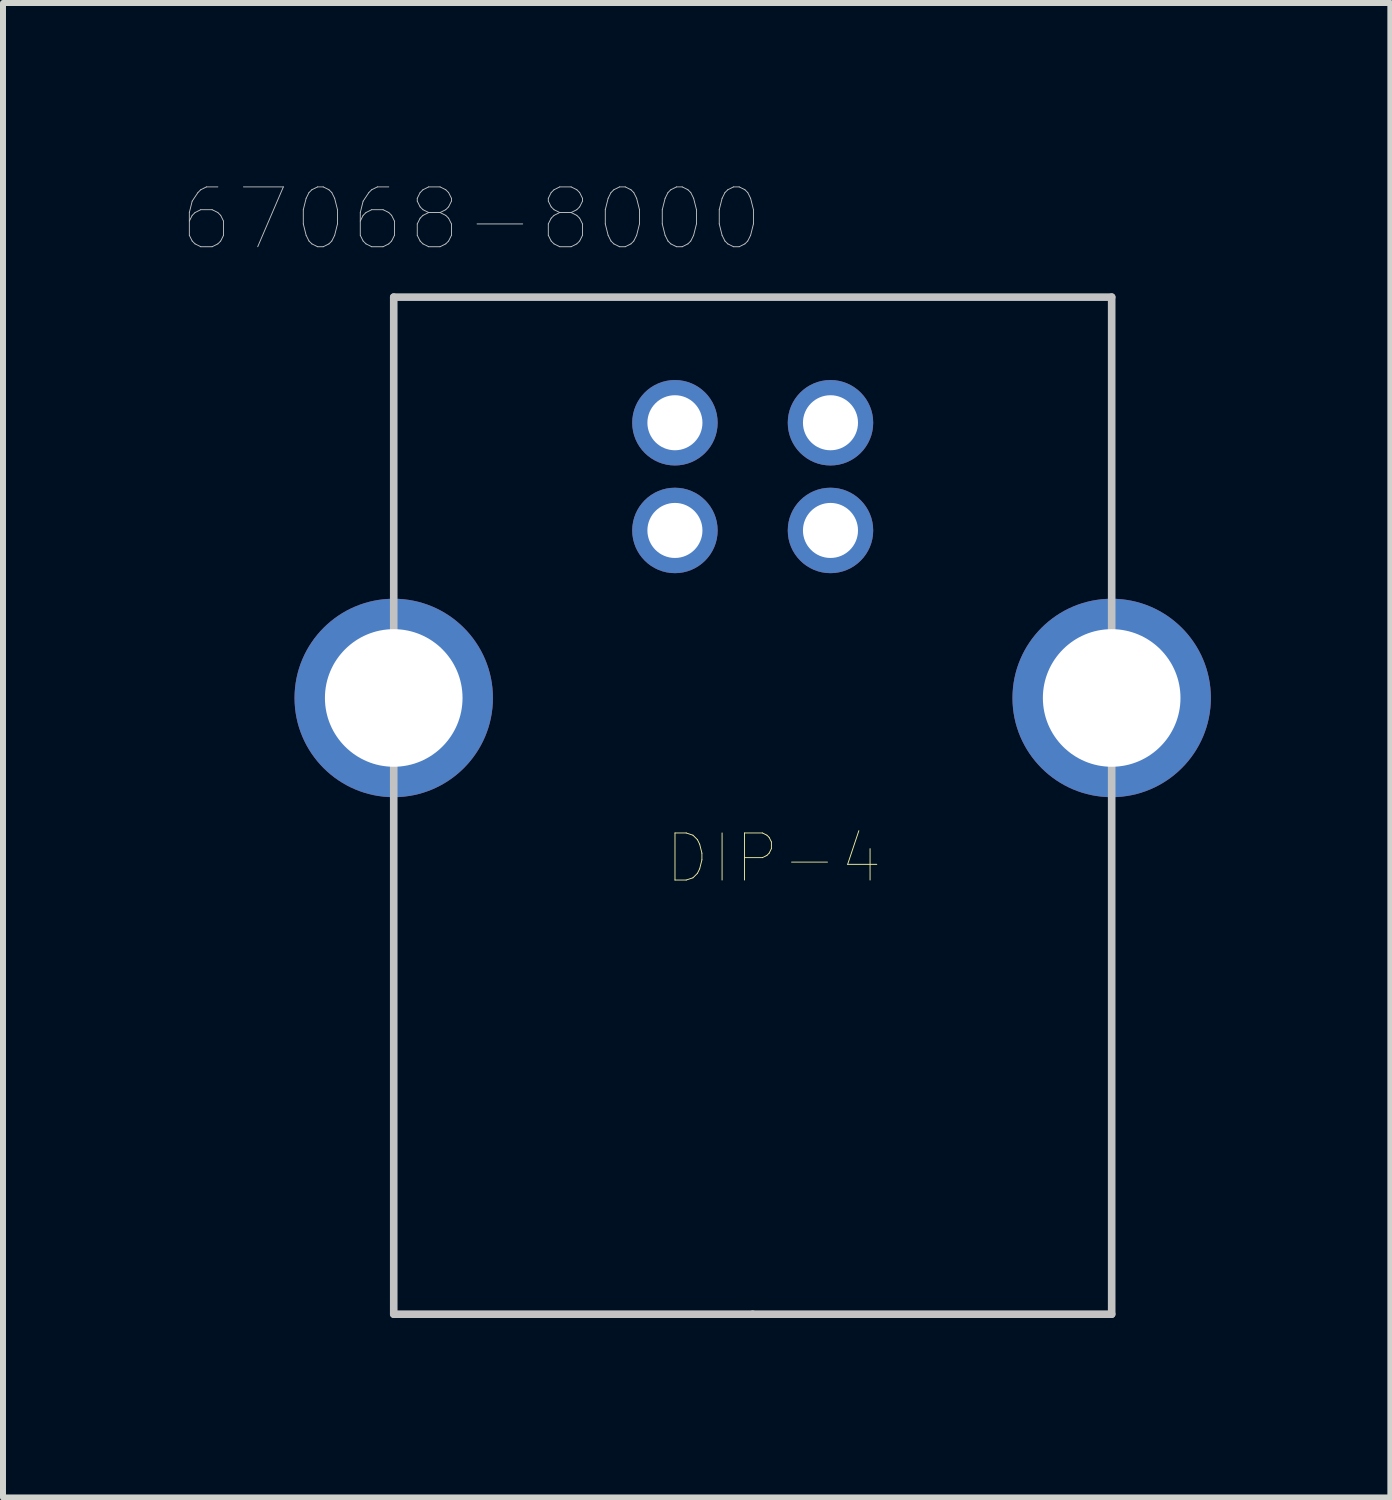
<source format=kicad_pcb>
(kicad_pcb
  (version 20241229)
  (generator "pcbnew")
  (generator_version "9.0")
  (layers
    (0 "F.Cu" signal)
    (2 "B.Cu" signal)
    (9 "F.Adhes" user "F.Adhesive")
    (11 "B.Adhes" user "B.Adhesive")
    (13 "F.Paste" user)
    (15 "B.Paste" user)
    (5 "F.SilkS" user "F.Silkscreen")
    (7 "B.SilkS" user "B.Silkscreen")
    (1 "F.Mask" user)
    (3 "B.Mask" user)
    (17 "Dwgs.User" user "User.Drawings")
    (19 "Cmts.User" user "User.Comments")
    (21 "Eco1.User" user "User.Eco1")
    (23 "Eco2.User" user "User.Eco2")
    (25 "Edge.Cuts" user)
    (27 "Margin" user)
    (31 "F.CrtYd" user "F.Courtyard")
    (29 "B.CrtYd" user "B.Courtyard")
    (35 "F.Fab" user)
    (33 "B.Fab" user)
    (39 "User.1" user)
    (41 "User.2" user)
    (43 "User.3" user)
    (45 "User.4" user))
  (footprint "DIP-4"
    (layer "F.Cu")
    (at 9.881 11.296)
    (property "Reference" "DIP-4" (at 0 0 0) (layer "F.SilkS") (effects (font (size 0.787 0.787) (thickness 0.015))))
    (attr through_hole)
    (fp_line (start -6.35 -9.38) (end -6.35 -2.68) (stroke (width 0.127) (type solid)) (layer "Dwgs.User"))
    (fp_line (start -6.35 -2.68) (end -6.35 7.62) (stroke (width 0.127) (type solid)) (layer "Dwgs.User"))
    (fp_line (start -6.35 7.62) (end -0.35 7.62) (stroke (width 0.127) (type solid)) (layer "Dwgs.User"))
    (fp_line (start -0.35 7.62) (end 5.65 7.62) (stroke (width 0.127) (type solid)) (layer "Dwgs.User"))
    (fp_line (start 5.65 -9.38) (end -6.35 -9.38) (stroke (width 0.127) (type solid)) (layer "Dwgs.User"))
    (fp_line (start 5.65 7.62) (end 5.65 -9.38) (stroke (width 0.127) (type solid)) (layer "Dwgs.User"))
    (fp_text user "67068-8000" (at -5.052 -10.684 0) (layer "Dwgs.User") (effects (font (size 1 1) (thickness 0.015))))
    (pad "1" thru_hole circle (at -1.65 -5.48) (size 1.428 1.428) (drill 0.92) (layers "*.Cu" "*.Mask"))
    (pad "2" thru_hole circle (at 0.95 -5.48) (size 1.428 1.428) (drill 0.92) (layers "*.Cu" "*.Mask"))
    (pad "3" thru_hole circle (at -1.65 -7.28) (size 1.428 1.428) (drill 0.92) (layers "*.Cu" "*.Mask"))
    (pad "4" thru_hole circle (at 0.95 -7.28) (size 1.428 1.428) (drill 0.92) (layers "*.Cu" "*.Mask"))
    (pad "P$1" thru_hole circle (at -6.35 -2.68) (size 3.316 3.316) (drill 2.3) (layers "*.Cu" "*.Mask"))
    (pad "P$2" thru_hole circle (at 5.65 -2.68) (size 3.316 3.316) (drill 2.3) (layers "*.Cu" "*.Mask")))
  (gr_rect
    (start -3 -3)
    (end 20.189 21.979)
    (stroke (width 0.1) (type default))
    (fill no)
    (layer "Edge.Cuts")))
</source>
